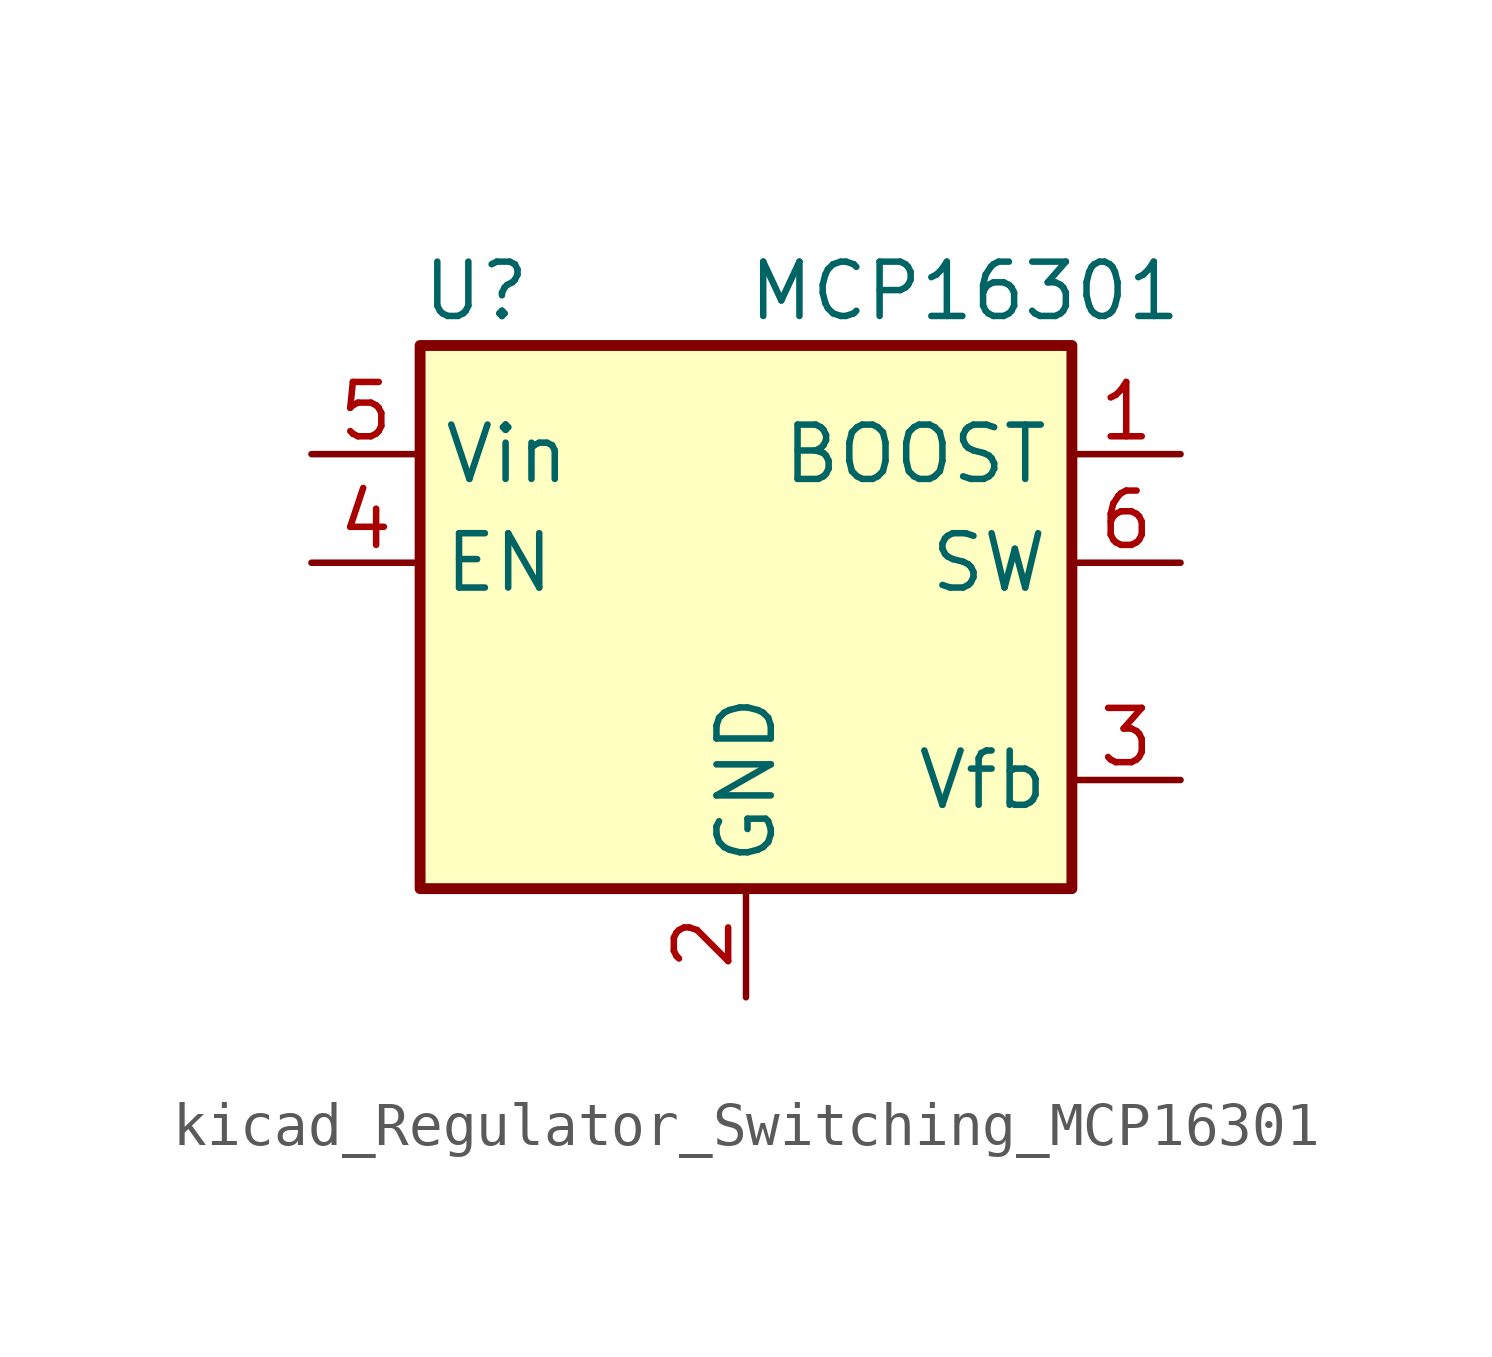
<source format=kicad_sym>
(kicad_symbol_lib
  (version 20220914)
  (generator kicad_symbol_editor)
  (symbol "kicad_Regulator_Switching_MCP16301"
    (property "Reference" "U"
      (at -7.62 6.35 0)
      (effects (font (size 1.27 1.27)) (justify left)))
    (property "Value" "MCP16301"
      (at 0 6.35 0)
      (effects (font (size 1.27 1.27)) (justify left)))
    (symbol "kicad_Regulator_Switching_MCP16301_0_1"
      (rectangle (start -7.62 5.08) (end 7.62 -7.62) (stroke (width 0.254) (type default)) (fill (type background))))
    (symbol "kicad_Regulator_Switching_MCP16301_1_1"
      (pin output line (at 10.16 2.54 180) (length 2.54) (name "BOOST" (effects (font (size 1.27 1.27)))) (number "1" (effects (font (size 1.27 1.27)))))
      (pin power_in line (at 0 -10.16 90) (length 2.54) (name "GND" (effects (font (size 1.27 1.27)))) (number "2" (effects (font (size 1.27 1.27)))))
      (pin input line (at 10.16 -5.08 180) (length 2.54) (name "Vfb" (effects (font (size 1.27 1.27)))) (number "3" (effects (font (size 1.27 1.27)))))
      (pin input line (at -10.16 0 0) (length 2.54) (name "EN" (effects (font (size 1.27 1.27)))) (number "4" (effects (font (size 1.27 1.27)))))
      (pin power_in line (at -10.16 2.54 0) (length 2.54) (name "Vin" (effects (font (size 1.27 1.27)))) (number "5" (effects (font (size 1.27 1.27)))))
      (pin output line (at 10.16 0 180) (length 2.54) (name "SW" (effects (font (size 1.27 1.27)))) (number "6" (effects (font (size 1.27 1.27))))))))
</source>
